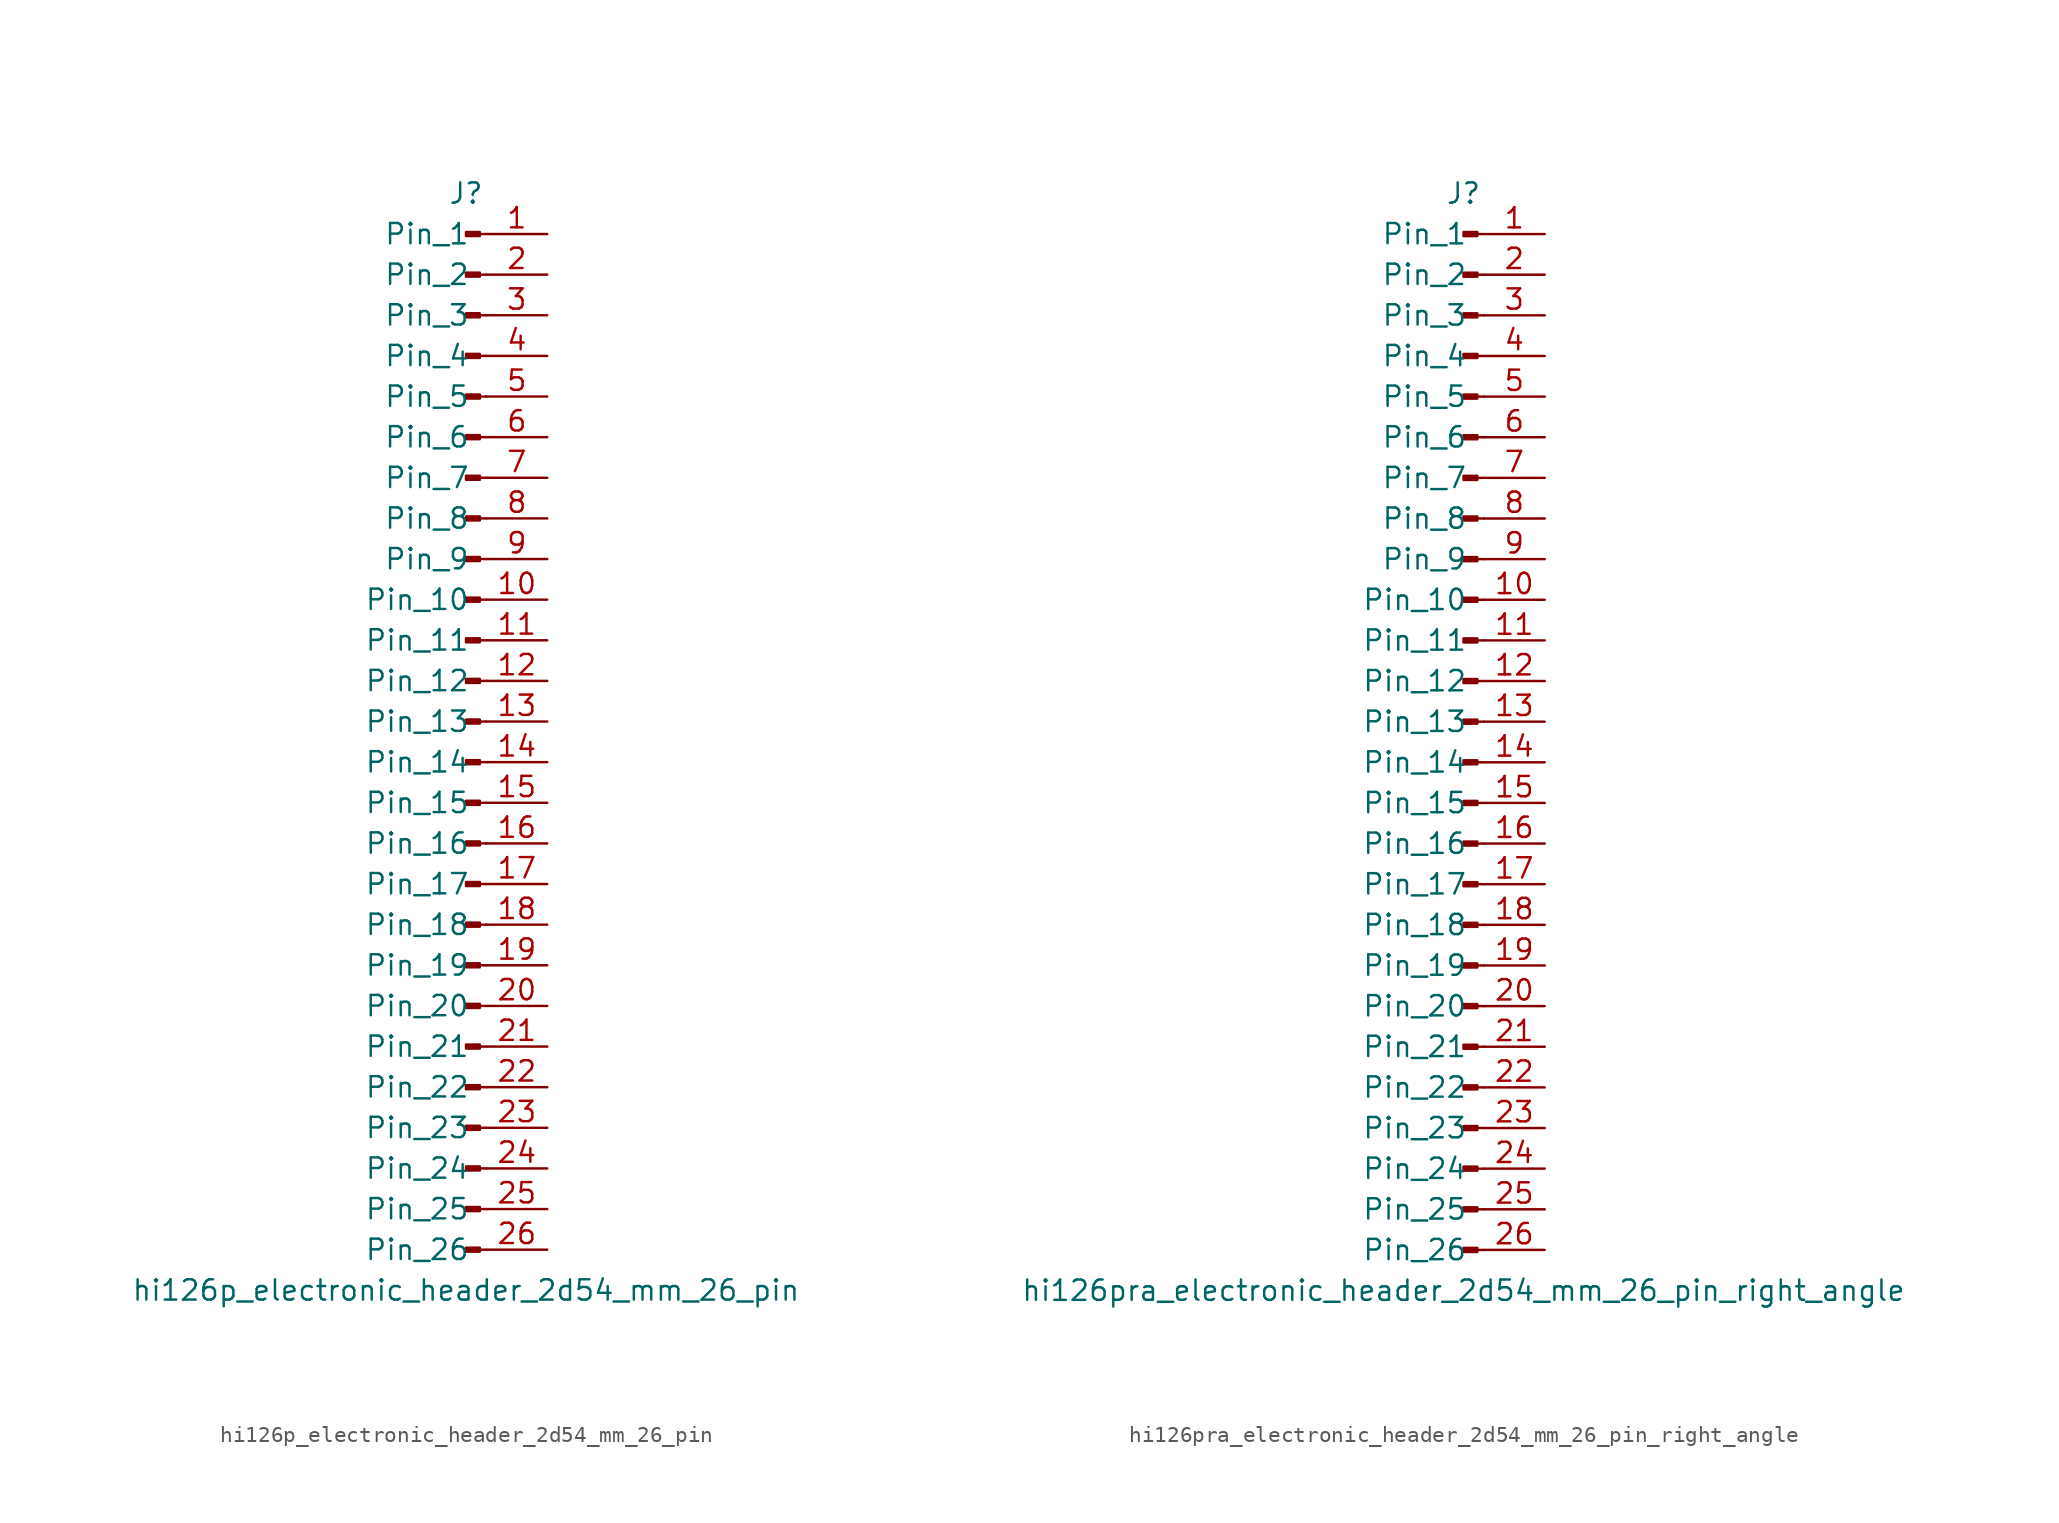
<source format=kicad_sym>
(kicad_symbol_lib
  (version 20220914)
  (generator kicad_symbol_editor)
  (symbol "hi126p_electronic_header_2d54_mm_26_pin"
    (pin_names
      (offset 1.016))
    (property "Reference" "J"
      (at 0 33.02 0)
      (effects (font (size 1.27 1.27))))
    (property "Value" "hi126p_electronic_header_2d54_mm_26_pin"
      (at 0 -35.56 0)
      (effects (font (size 1.27 1.27))))
    (property "ki_locked" ""
      (at 0 0 0)
      (effects (font (size 1.27 1.27))))
    (symbol "hi126p_electronic_header_2d54_mm_26_pin_1_1"
      (polyline (pts (xy 1.27 -33.02) (xy 0.864 -33.02)) (stroke (width 0.152) (type default)) (fill (type none)))
      (polyline (pts (xy 1.27 -30.48) (xy 0.864 -30.48)) (stroke (width 0.152) (type default)) (fill (type none)))
      (polyline (pts (xy 1.27 -27.94) (xy 0.864 -27.94)) (stroke (width 0.152) (type default)) (fill (type none)))
      (polyline (pts (xy 1.27 -25.4) (xy 0.864 -25.4)) (stroke (width 0.152) (type default)) (fill (type none)))
      (polyline (pts (xy 1.27 -22.86) (xy 0.864 -22.86)) (stroke (width 0.152) (type default)) (fill (type none)))
      (polyline (pts (xy 1.27 -20.32) (xy 0.864 -20.32)) (stroke (width 0.152) (type default)) (fill (type none)))
      (polyline (pts (xy 1.27 -17.78) (xy 0.864 -17.78)) (stroke (width 0.152) (type default)) (fill (type none)))
      (polyline (pts (xy 1.27 -15.24) (xy 0.864 -15.24)) (stroke (width 0.152) (type default)) (fill (type none)))
      (polyline (pts (xy 1.27 -12.7) (xy 0.864 -12.7)) (stroke (width 0.152) (type default)) (fill (type none)))
      (polyline (pts (xy 1.27 -10.16) (xy 0.864 -10.16)) (stroke (width 0.152) (type default)) (fill (type none)))
      (polyline (pts (xy 1.27 -7.62) (xy 0.864 -7.62)) (stroke (width 0.152) (type default)) (fill (type none)))
      (polyline (pts (xy 1.27 -5.08) (xy 0.864 -5.08)) (stroke (width 0.152) (type default)) (fill (type none)))
      (polyline (pts (xy 1.27 -2.54) (xy 0.864 -2.54)) (stroke (width 0.152) (type default)) (fill (type none)))
      (polyline (pts (xy 1.27 0) (xy 0.864 0)) (stroke (width 0.152) (type default)) (fill (type none)))
      (polyline (pts (xy 1.27 2.54) (xy 0.864 2.54)) (stroke (width 0.152) (type default)) (fill (type none)))
      (polyline (pts (xy 1.27 5.08) (xy 0.864 5.08)) (stroke (width 0.152) (type default)) (fill (type none)))
      (polyline (pts (xy 1.27 7.62) (xy 0.864 7.62)) (stroke (width 0.152) (type default)) (fill (type none)))
      (polyline (pts (xy 1.27 10.16) (xy 0.864 10.16)) (stroke (width 0.152) (type default)) (fill (type none)))
      (polyline (pts (xy 1.27 12.7) (xy 0.864 12.7)) (stroke (width 0.152) (type default)) (fill (type none)))
      (polyline (pts (xy 1.27 15.24) (xy 0.864 15.24)) (stroke (width 0.152) (type default)) (fill (type none)))
      (polyline (pts (xy 1.27 17.78) (xy 0.864 17.78)) (stroke (width 0.152) (type default)) (fill (type none)))
      (polyline (pts (xy 1.27 20.32) (xy 0.864 20.32)) (stroke (width 0.152) (type default)) (fill (type none)))
      (polyline (pts (xy 1.27 22.86) (xy 0.864 22.86)) (stroke (width 0.152) (type default)) (fill (type none)))
      (polyline (pts (xy 1.27 25.4) (xy 0.864 25.4)) (stroke (width 0.152) (type default)) (fill (type none)))
      (polyline (pts (xy 1.27 27.94) (xy 0.864 27.94)) (stroke (width 0.152) (type default)) (fill (type none)))
      (polyline (pts (xy 1.27 30.48) (xy 0.864 30.48)) (stroke (width 0.152) (type default)) (fill (type none)))
      (rectangle (start 0.864 -32.893) (end 0 -33.147) (stroke (width 0.152) (type default)) (fill (type outline)))
      (rectangle (start 0.864 -30.353) (end 0 -30.607) (stroke (width 0.152) (type default)) (fill (type outline)))
      (rectangle (start 0.864 -27.813) (end 0 -28.067) (stroke (width 0.152) (type default)) (fill (type outline)))
      (rectangle (start 0.864 -25.273) (end 0 -25.527) (stroke (width 0.152) (type default)) (fill (type outline)))
      (rectangle (start 0.864 -22.733) (end 0 -22.987) (stroke (width 0.152) (type default)) (fill (type outline)))
      (rectangle (start 0.864 -20.193) (end 0 -20.447) (stroke (width 0.152) (type default)) (fill (type outline)))
      (rectangle (start 0.864 -17.653) (end 0 -17.907) (stroke (width 0.152) (type default)) (fill (type outline)))
      (rectangle (start 0.864 -15.113) (end 0 -15.367) (stroke (width 0.152) (type default)) (fill (type outline)))
      (rectangle (start 0.864 -12.573) (end 0 -12.827) (stroke (width 0.152) (type default)) (fill (type outline)))
      (rectangle (start 0.864 -10.033) (end 0 -10.287) (stroke (width 0.152) (type default)) (fill (type outline)))
      (rectangle (start 0.864 -7.493) (end 0 -7.747) (stroke (width 0.152) (type default)) (fill (type outline)))
      (rectangle (start 0.864 -4.953) (end 0 -5.207) (stroke (width 0.152) (type default)) (fill (type outline)))
      (rectangle (start 0.864 -2.413) (end 0 -2.667) (stroke (width 0.152) (type default)) (fill (type outline)))
      (rectangle (start 0.864 0.127) (end 0 -0.127) (stroke (width 0.152) (type default)) (fill (type outline)))
      (rectangle (start 0.864 2.667) (end 0 2.413) (stroke (width 0.152) (type default)) (fill (type outline)))
      (rectangle (start 0.864 5.207) (end 0 4.953) (stroke (width 0.152) (type default)) (fill (type outline)))
      (rectangle (start 0.864 7.747) (end 0 7.493) (stroke (width 0.152) (type default)) (fill (type outline)))
      (rectangle (start 0.864 10.287) (end 0 10.033) (stroke (width 0.152) (type default)) (fill (type outline)))
      (rectangle (start 0.864 12.827) (end 0 12.573) (stroke (width 0.152) (type default)) (fill (type outline)))
      (rectangle (start 0.864 15.367) (end 0 15.113) (stroke (width 0.152) (type default)) (fill (type outline)))
      (rectangle (start 0.864 17.907) (end 0 17.653) (stroke (width 0.152) (type default)) (fill (type outline)))
      (rectangle (start 0.864 20.447) (end 0 20.193) (stroke (width 0.152) (type default)) (fill (type outline)))
      (rectangle (start 0.864 22.987) (end 0 22.733) (stroke (width 0.152) (type default)) (fill (type outline)))
      (rectangle (start 0.864 25.527) (end 0 25.273) (stroke (width 0.152) (type default)) (fill (type outline)))
      (rectangle (start 0.864 28.067) (end 0 27.813) (stroke (width 0.152) (type default)) (fill (type outline)))
      (rectangle (start 0.864 30.607) (end 0 30.353) (stroke (width 0.152) (type default)) (fill (type outline)))
      (pin passive line (at 5.08 30.48 180) (length 3.81) (name "Pin_1" (effects (font (size 1.27 1.27)))) (number "1" (effects (font (size 1.27 1.27)))))
      (pin passive line (at 5.08 7.62 180) (length 3.81) (name "Pin_10" (effects (font (size 1.27 1.27)))) (number "10" (effects (font (size 1.27 1.27)))))
      (pin passive line (at 5.08 5.08 180) (length 3.81) (name "Pin_11" (effects (font (size 1.27 1.27)))) (number "11" (effects (font (size 1.27 1.27)))))
      (pin passive line (at 5.08 2.54 180) (length 3.81) (name "Pin_12" (effects (font (size 1.27 1.27)))) (number "12" (effects (font (size 1.27 1.27)))))
      (pin passive line (at 5.08 0 180) (length 3.81) (name "Pin_13" (effects (font (size 1.27 1.27)))) (number "13" (effects (font (size 1.27 1.27)))))
      (pin passive line (at 5.08 -2.54 180) (length 3.81) (name "Pin_14" (effects (font (size 1.27 1.27)))) (number "14" (effects (font (size 1.27 1.27)))))
      (pin passive line (at 5.08 -5.08 180) (length 3.81) (name "Pin_15" (effects (font (size 1.27 1.27)))) (number "15" (effects (font (size 1.27 1.27)))))
      (pin passive line (at 5.08 -7.62 180) (length 3.81) (name "Pin_16" (effects (font (size 1.27 1.27)))) (number "16" (effects (font (size 1.27 1.27)))))
      (pin passive line (at 5.08 -10.16 180) (length 3.81) (name "Pin_17" (effects (font (size 1.27 1.27)))) (number "17" (effects (font (size 1.27 1.27)))))
      (pin passive line (at 5.08 -12.7 180) (length 3.81) (name "Pin_18" (effects (font (size 1.27 1.27)))) (number "18" (effects (font (size 1.27 1.27)))))
      (pin passive line (at 5.08 -15.24 180) (length 3.81) (name "Pin_19" (effects (font (size 1.27 1.27)))) (number "19" (effects (font (size 1.27 1.27)))))
      (pin passive line (at 5.08 27.94 180) (length 3.81) (name "Pin_2" (effects (font (size 1.27 1.27)))) (number "2" (effects (font (size 1.27 1.27)))))
      (pin passive line (at 5.08 -17.78 180) (length 3.81) (name "Pin_20" (effects (font (size 1.27 1.27)))) (number "20" (effects (font (size 1.27 1.27)))))
      (pin passive line (at 5.08 -20.32 180) (length 3.81) (name "Pin_21" (effects (font (size 1.27 1.27)))) (number "21" (effects (font (size 1.27 1.27)))))
      (pin passive line (at 5.08 -22.86 180) (length 3.81) (name "Pin_22" (effects (font (size 1.27 1.27)))) (number "22" (effects (font (size 1.27 1.27)))))
      (pin passive line (at 5.08 -25.4 180) (length 3.81) (name "Pin_23" (effects (font (size 1.27 1.27)))) (number "23" (effects (font (size 1.27 1.27)))))
      (pin passive line (at 5.08 -27.94 180) (length 3.81) (name "Pin_24" (effects (font (size 1.27 1.27)))) (number "24" (effects (font (size 1.27 1.27)))))
      (pin passive line (at 5.08 -30.48 180) (length 3.81) (name "Pin_25" (effects (font (size 1.27 1.27)))) (number "25" (effects (font (size 1.27 1.27)))))
      (pin passive line (at 5.08 -33.02 180) (length 3.81) (name "Pin_26" (effects (font (size 1.27 1.27)))) (number "26" (effects (font (size 1.27 1.27)))))
      (pin passive line (at 5.08 25.4 180) (length 3.81) (name "Pin_3" (effects (font (size 1.27 1.27)))) (number "3" (effects (font (size 1.27 1.27)))))
      (pin passive line (at 5.08 22.86 180) (length 3.81) (name "Pin_4" (effects (font (size 1.27 1.27)))) (number "4" (effects (font (size 1.27 1.27)))))
      (pin passive line (at 5.08 20.32 180) (length 3.81) (name "Pin_5" (effects (font (size 1.27 1.27)))) (number "5" (effects (font (size 1.27 1.27)))))
      (pin passive line (at 5.08 17.78 180) (length 3.81) (name "Pin_6" (effects (font (size 1.27 1.27)))) (number "6" (effects (font (size 1.27 1.27)))))
      (pin passive line (at 5.08 15.24 180) (length 3.81) (name "Pin_7" (effects (font (size 1.27 1.27)))) (number "7" (effects (font (size 1.27 1.27)))))
      (pin passive line (at 5.08 12.7 180) (length 3.81) (name "Pin_8" (effects (font (size 1.27 1.27)))) (number "8" (effects (font (size 1.27 1.27)))))
      (pin passive line (at 5.08 10.16 180) (length 3.81) (name "Pin_9" (effects (font (size 1.27 1.27)))) (number "9" (effects (font (size 1.27 1.27)))))))
  (symbol "hi126pra_electronic_header_2d54_mm_26_pin_right_angle"
    (pin_names
      (offset 1.016))
    (property "Reference" "J"
      (at 0 33.02 0)
      (effects (font (size 1.27 1.27))))
    (property "Value" "hi126pra_electronic_header_2d54_mm_26_pin_right_angle"
      (at 0 -35.56 0)
      (effects (font (size 1.27 1.27))))
    (property "ki_locked" ""
      (at 0 0 0)
      (effects (font (size 1.27 1.27))))
    (symbol "hi126pra_electronic_header_2d54_mm_26_pin_right_angle_1_1"
      (polyline (pts (xy 1.27 -33.02) (xy 0.864 -33.02)) (stroke (width 0.152) (type default)) (fill (type none)))
      (polyline (pts (xy 1.27 -30.48) (xy 0.864 -30.48)) (stroke (width 0.152) (type default)) (fill (type none)))
      (polyline (pts (xy 1.27 -27.94) (xy 0.864 -27.94)) (stroke (width 0.152) (type default)) (fill (type none)))
      (polyline (pts (xy 1.27 -25.4) (xy 0.864 -25.4)) (stroke (width 0.152) (type default)) (fill (type none)))
      (polyline (pts (xy 1.27 -22.86) (xy 0.864 -22.86)) (stroke (width 0.152) (type default)) (fill (type none)))
      (polyline (pts (xy 1.27 -20.32) (xy 0.864 -20.32)) (stroke (width 0.152) (type default)) (fill (type none)))
      (polyline (pts (xy 1.27 -17.78) (xy 0.864 -17.78)) (stroke (width 0.152) (type default)) (fill (type none)))
      (polyline (pts (xy 1.27 -15.24) (xy 0.864 -15.24)) (stroke (width 0.152) (type default)) (fill (type none)))
      (polyline (pts (xy 1.27 -12.7) (xy 0.864 -12.7)) (stroke (width 0.152) (type default)) (fill (type none)))
      (polyline (pts (xy 1.27 -10.16) (xy 0.864 -10.16)) (stroke (width 0.152) (type default)) (fill (type none)))
      (polyline (pts (xy 1.27 -7.62) (xy 0.864 -7.62)) (stroke (width 0.152) (type default)) (fill (type none)))
      (polyline (pts (xy 1.27 -5.08) (xy 0.864 -5.08)) (stroke (width 0.152) (type default)) (fill (type none)))
      (polyline (pts (xy 1.27 -2.54) (xy 0.864 -2.54)) (stroke (width 0.152) (type default)) (fill (type none)))
      (polyline (pts (xy 1.27 0) (xy 0.864 0)) (stroke (width 0.152) (type default)) (fill (type none)))
      (polyline (pts (xy 1.27 2.54) (xy 0.864 2.54)) (stroke (width 0.152) (type default)) (fill (type none)))
      (polyline (pts (xy 1.27 5.08) (xy 0.864 5.08)) (stroke (width 0.152) (type default)) (fill (type none)))
      (polyline (pts (xy 1.27 7.62) (xy 0.864 7.62)) (stroke (width 0.152) (type default)) (fill (type none)))
      (polyline (pts (xy 1.27 10.16) (xy 0.864 10.16)) (stroke (width 0.152) (type default)) (fill (type none)))
      (polyline (pts (xy 1.27 12.7) (xy 0.864 12.7)) (stroke (width 0.152) (type default)) (fill (type none)))
      (polyline (pts (xy 1.27 15.24) (xy 0.864 15.24)) (stroke (width 0.152) (type default)) (fill (type none)))
      (polyline (pts (xy 1.27 17.78) (xy 0.864 17.78)) (stroke (width 0.152) (type default)) (fill (type none)))
      (polyline (pts (xy 1.27 20.32) (xy 0.864 20.32)) (stroke (width 0.152) (type default)) (fill (type none)))
      (polyline (pts (xy 1.27 22.86) (xy 0.864 22.86)) (stroke (width 0.152) (type default)) (fill (type none)))
      (polyline (pts (xy 1.27 25.4) (xy 0.864 25.4)) (stroke (width 0.152) (type default)) (fill (type none)))
      (polyline (pts (xy 1.27 27.94) (xy 0.864 27.94)) (stroke (width 0.152) (type default)) (fill (type none)))
      (polyline (pts (xy 1.27 30.48) (xy 0.864 30.48)) (stroke (width 0.152) (type default)) (fill (type none)))
      (rectangle (start 0.864 -32.893) (end 0 -33.147) (stroke (width 0.152) (type default)) (fill (type outline)))
      (rectangle (start 0.864 -30.353) (end 0 -30.607) (stroke (width 0.152) (type default)) (fill (type outline)))
      (rectangle (start 0.864 -27.813) (end 0 -28.067) (stroke (width 0.152) (type default)) (fill (type outline)))
      (rectangle (start 0.864 -25.273) (end 0 -25.527) (stroke (width 0.152) (type default)) (fill (type outline)))
      (rectangle (start 0.864 -22.733) (end 0 -22.987) (stroke (width 0.152) (type default)) (fill (type outline)))
      (rectangle (start 0.864 -20.193) (end 0 -20.447) (stroke (width 0.152) (type default)) (fill (type outline)))
      (rectangle (start 0.864 -17.653) (end 0 -17.907) (stroke (width 0.152) (type default)) (fill (type outline)))
      (rectangle (start 0.864 -15.113) (end 0 -15.367) (stroke (width 0.152) (type default)) (fill (type outline)))
      (rectangle (start 0.864 -12.573) (end 0 -12.827) (stroke (width 0.152) (type default)) (fill (type outline)))
      (rectangle (start 0.864 -10.033) (end 0 -10.287) (stroke (width 0.152) (type default)) (fill (type outline)))
      (rectangle (start 0.864 -7.493) (end 0 -7.747) (stroke (width 0.152) (type default)) (fill (type outline)))
      (rectangle (start 0.864 -4.953) (end 0 -5.207) (stroke (width 0.152) (type default)) (fill (type outline)))
      (rectangle (start 0.864 -2.413) (end 0 -2.667) (stroke (width 0.152) (type default)) (fill (type outline)))
      (rectangle (start 0.864 0.127) (end 0 -0.127) (stroke (width 0.152) (type default)) (fill (type outline)))
      (rectangle (start 0.864 2.667) (end 0 2.413) (stroke (width 0.152) (type default)) (fill (type outline)))
      (rectangle (start 0.864 5.207) (end 0 4.953) (stroke (width 0.152) (type default)) (fill (type outline)))
      (rectangle (start 0.864 7.747) (end 0 7.493) (stroke (width 0.152) (type default)) (fill (type outline)))
      (rectangle (start 0.864 10.287) (end 0 10.033) (stroke (width 0.152) (type default)) (fill (type outline)))
      (rectangle (start 0.864 12.827) (end 0 12.573) (stroke (width 0.152) (type default)) (fill (type outline)))
      (rectangle (start 0.864 15.367) (end 0 15.113) (stroke (width 0.152) (type default)) (fill (type outline)))
      (rectangle (start 0.864 17.907) (end 0 17.653) (stroke (width 0.152) (type default)) (fill (type outline)))
      (rectangle (start 0.864 20.447) (end 0 20.193) (stroke (width 0.152) (type default)) (fill (type outline)))
      (rectangle (start 0.864 22.987) (end 0 22.733) (stroke (width 0.152) (type default)) (fill (type outline)))
      (rectangle (start 0.864 25.527) (end 0 25.273) (stroke (width 0.152) (type default)) (fill (type outline)))
      (rectangle (start 0.864 28.067) (end 0 27.813) (stroke (width 0.152) (type default)) (fill (type outline)))
      (rectangle (start 0.864 30.607) (end 0 30.353) (stroke (width 0.152) (type default)) (fill (type outline)))
      (pin passive line (at 5.08 30.48 180) (length 3.81) (name "Pin_1" (effects (font (size 1.27 1.27)))) (number "1" (effects (font (size 1.27 1.27)))))
      (pin passive line (at 5.08 7.62 180) (length 3.81) (name "Pin_10" (effects (font (size 1.27 1.27)))) (number "10" (effects (font (size 1.27 1.27)))))
      (pin passive line (at 5.08 5.08 180) (length 3.81) (name "Pin_11" (effects (font (size 1.27 1.27)))) (number "11" (effects (font (size 1.27 1.27)))))
      (pin passive line (at 5.08 2.54 180) (length 3.81) (name "Pin_12" (effects (font (size 1.27 1.27)))) (number "12" (effects (font (size 1.27 1.27)))))
      (pin passive line (at 5.08 0 180) (length 3.81) (name "Pin_13" (effects (font (size 1.27 1.27)))) (number "13" (effects (font (size 1.27 1.27)))))
      (pin passive line (at 5.08 -2.54 180) (length 3.81) (name "Pin_14" (effects (font (size 1.27 1.27)))) (number "14" (effects (font (size 1.27 1.27)))))
      (pin passive line (at 5.08 -5.08 180) (length 3.81) (name "Pin_15" (effects (font (size 1.27 1.27)))) (number "15" (effects (font (size 1.27 1.27)))))
      (pin passive line (at 5.08 -7.62 180) (length 3.81) (name "Pin_16" (effects (font (size 1.27 1.27)))) (number "16" (effects (font (size 1.27 1.27)))))
      (pin passive line (at 5.08 -10.16 180) (length 3.81) (name "Pin_17" (effects (font (size 1.27 1.27)))) (number "17" (effects (font (size 1.27 1.27)))))
      (pin passive line (at 5.08 -12.7 180) (length 3.81) (name "Pin_18" (effects (font (size 1.27 1.27)))) (number "18" (effects (font (size 1.27 1.27)))))
      (pin passive line (at 5.08 -15.24 180) (length 3.81) (name "Pin_19" (effects (font (size 1.27 1.27)))) (number "19" (effects (font (size 1.27 1.27)))))
      (pin passive line (at 5.08 27.94 180) (length 3.81) (name "Pin_2" (effects (font (size 1.27 1.27)))) (number "2" (effects (font (size 1.27 1.27)))))
      (pin passive line (at 5.08 -17.78 180) (length 3.81) (name "Pin_20" (effects (font (size 1.27 1.27)))) (number "20" (effects (font (size 1.27 1.27)))))
      (pin passive line (at 5.08 -20.32 180) (length 3.81) (name "Pin_21" (effects (font (size 1.27 1.27)))) (number "21" (effects (font (size 1.27 1.27)))))
      (pin passive line (at 5.08 -22.86 180) (length 3.81) (name "Pin_22" (effects (font (size 1.27 1.27)))) (number "22" (effects (font (size 1.27 1.27)))))
      (pin passive line (at 5.08 -25.4 180) (length 3.81) (name "Pin_23" (effects (font (size 1.27 1.27)))) (number "23" (effects (font (size 1.27 1.27)))))
      (pin passive line (at 5.08 -27.94 180) (length 3.81) (name "Pin_24" (effects (font (size 1.27 1.27)))) (number "24" (effects (font (size 1.27 1.27)))))
      (pin passive line (at 5.08 -30.48 180) (length 3.81) (name "Pin_25" (effects (font (size 1.27 1.27)))) (number "25" (effects (font (size 1.27 1.27)))))
      (pin passive line (at 5.08 -33.02 180) (length 3.81) (name "Pin_26" (effects (font (size 1.27 1.27)))) (number "26" (effects (font (size 1.27 1.27)))))
      (pin passive line (at 5.08 25.4 180) (length 3.81) (name "Pin_3" (effects (font (size 1.27 1.27)))) (number "3" (effects (font (size 1.27 1.27)))))
      (pin passive line (at 5.08 22.86 180) (length 3.81) (name "Pin_4" (effects (font (size 1.27 1.27)))) (number "4" (effects (font (size 1.27 1.27)))))
      (pin passive line (at 5.08 20.32 180) (length 3.81) (name "Pin_5" (effects (font (size 1.27 1.27)))) (number "5" (effects (font (size 1.27 1.27)))))
      (pin passive line (at 5.08 17.78 180) (length 3.81) (name "Pin_6" (effects (font (size 1.27 1.27)))) (number "6" (effects (font (size 1.27 1.27)))))
      (pin passive line (at 5.08 15.24 180) (length 3.81) (name "Pin_7" (effects (font (size 1.27 1.27)))) (number "7" (effects (font (size 1.27 1.27)))))
      (pin passive line (at 5.08 12.7 180) (length 3.81) (name "Pin_8" (effects (font (size 1.27 1.27)))) (number "8" (effects (font (size 1.27 1.27)))))
      (pin passive line (at 5.08 10.16 180) (length 3.81) (name "Pin_9" (effects (font (size 1.27 1.27)))) (number "9" (effects (font (size 1.27 1.27))))))))
</source>
